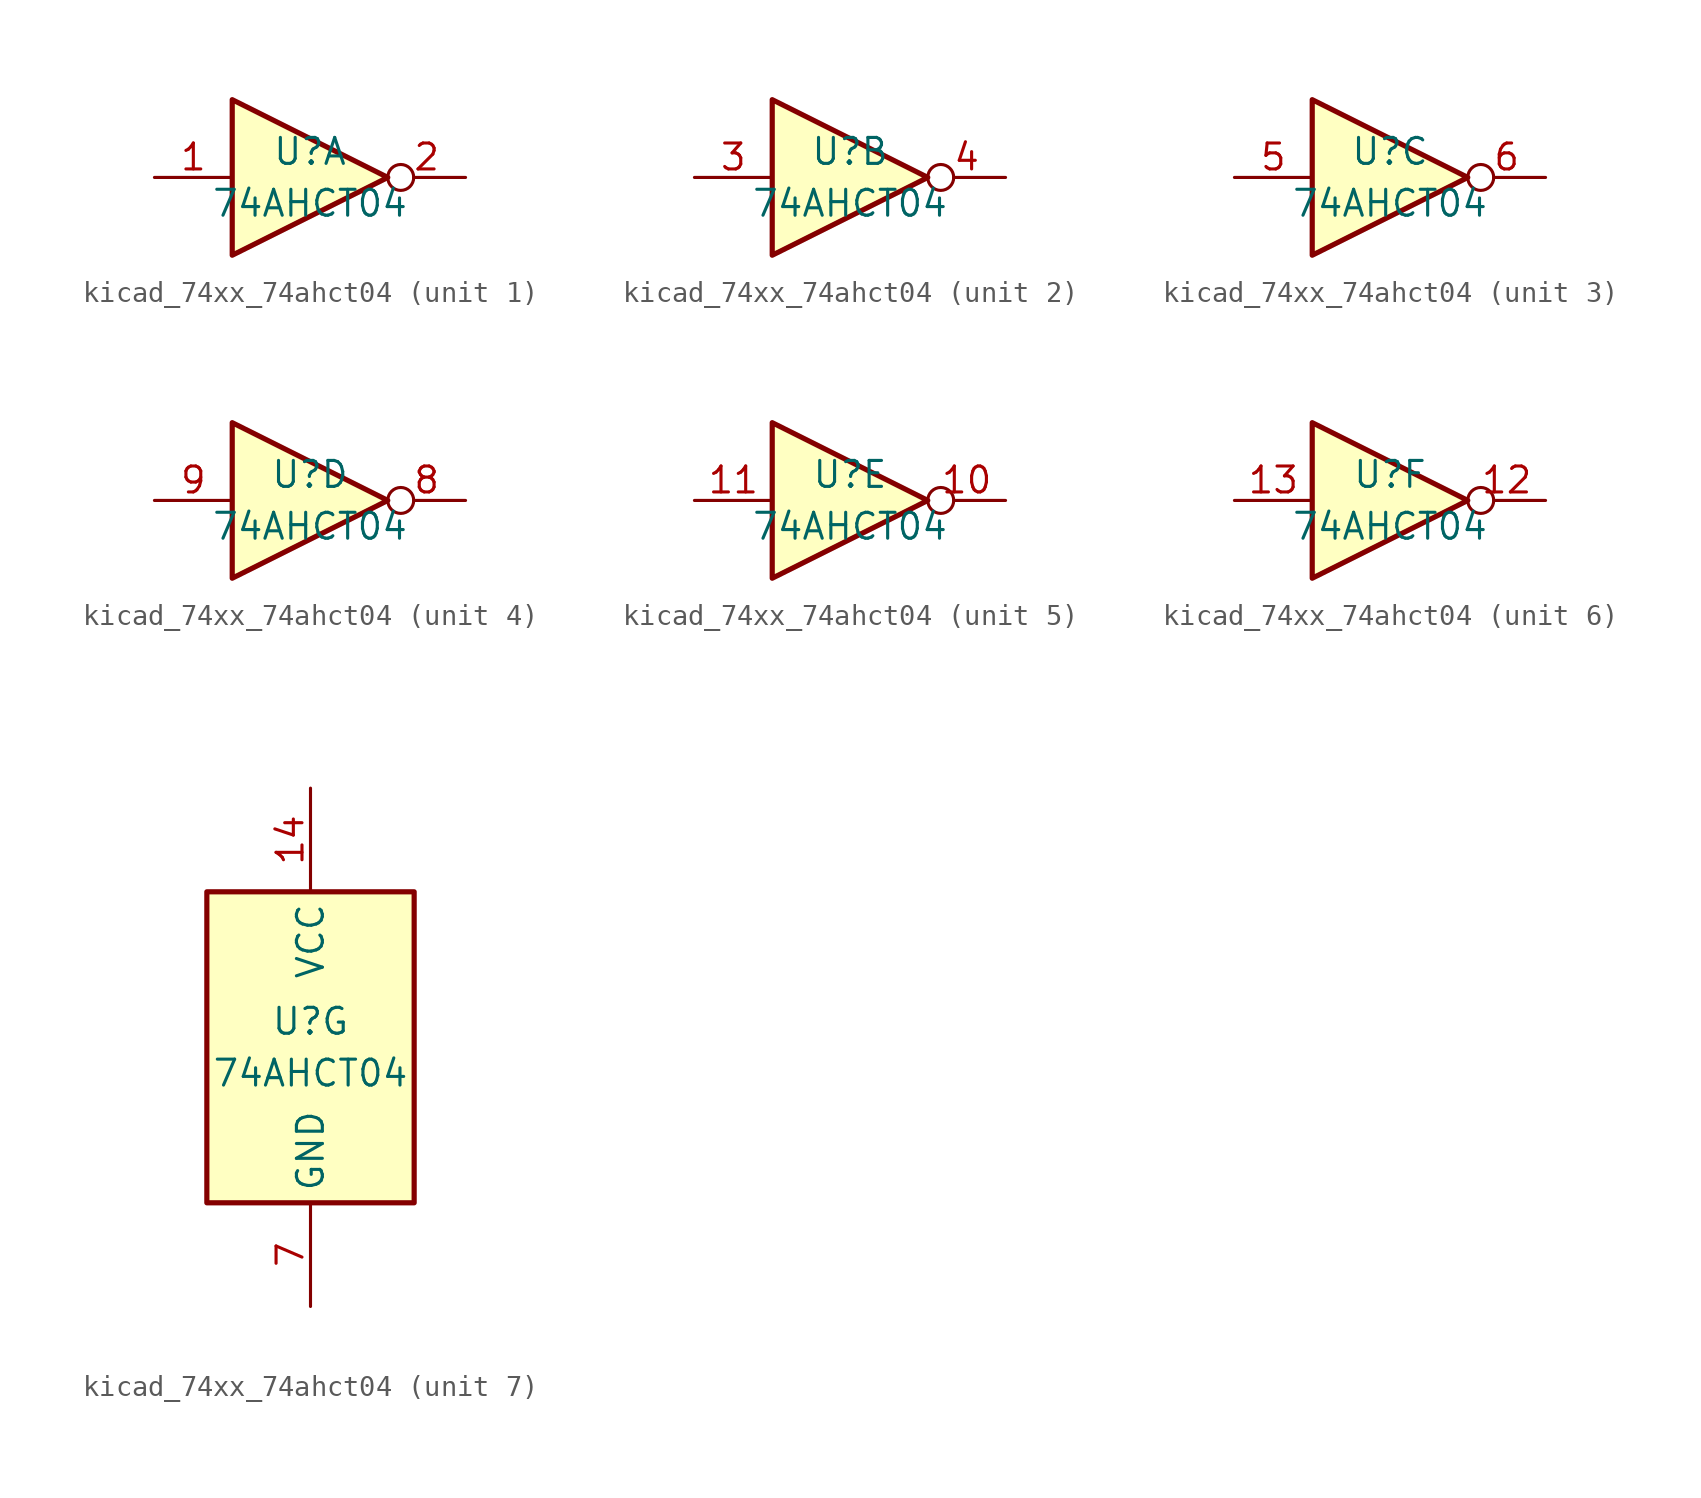
<source format=kicad_sym>
(kicad_symbol_lib
  (version 20220914)
  (generator kicad_symbol_editor)
  (symbol "kicad_74xx_74ahct04"
    (property "Reference" "U"
      (at 0 1.27 0)
      (effects (font (size 1.27 1.27))))
    (property "Value" "74AHCT04"
      (at 0 -1.27 0)
      (effects (font (size 1.27 1.27))))
    (property "ki_locked" ""
      (at 0 0 0)
      (effects (font (size 1.27 1.27))))
    (symbol "kicad_74xx_74ahct04_1_0"
      (polyline (pts (xy -3.81 3.81) (xy -3.81 -3.81) (xy 3.81 0) (xy -3.81 3.81)) (stroke (width 0.254) (type default)) (fill (type background)))
      (pin input line (at -7.62 0 0) (length 3.81) (name "~" (effects (font (size 1.27 1.27)))) (number "1" (effects (font (size 1.27 1.27)))))
      (pin output inverted (at 7.62 0 180) (length 3.81) (name "~" (effects (font (size 1.27 1.27)))) (number "2" (effects (font (size 1.27 1.27))))))
    (symbol "kicad_74xx_74ahct04_2_0"
      (polyline (pts (xy -3.81 3.81) (xy -3.81 -3.81) (xy 3.81 0) (xy -3.81 3.81)) (stroke (width 0.254) (type default)) (fill (type background)))
      (pin input line (at -7.62 0 0) (length 3.81) (name "~" (effects (font (size 1.27 1.27)))) (number "3" (effects (font (size 1.27 1.27)))))
      (pin output inverted (at 7.62 0 180) (length 3.81) (name "~" (effects (font (size 1.27 1.27)))) (number "4" (effects (font (size 1.27 1.27))))))
    (symbol "kicad_74xx_74ahct04_3_0"
      (polyline (pts (xy -3.81 3.81) (xy -3.81 -3.81) (xy 3.81 0) (xy -3.81 3.81)) (stroke (width 0.254) (type default)) (fill (type background)))
      (pin input line (at -7.62 0 0) (length 3.81) (name "~" (effects (font (size 1.27 1.27)))) (number "5" (effects (font (size 1.27 1.27)))))
      (pin output inverted (at 7.62 0 180) (length 3.81) (name "~" (effects (font (size 1.27 1.27)))) (number "6" (effects (font (size 1.27 1.27))))))
    (symbol "kicad_74xx_74ahct04_4_0"
      (polyline (pts (xy -3.81 3.81) (xy -3.81 -3.81) (xy 3.81 0) (xy -3.81 3.81)) (stroke (width 0.254) (type default)) (fill (type background)))
      (pin output inverted (at 7.62 0 180) (length 3.81) (name "~" (effects (font (size 1.27 1.27)))) (number "8" (effects (font (size 1.27 1.27)))))
      (pin input line (at -7.62 0 0) (length 3.81) (name "~" (effects (font (size 1.27 1.27)))) (number "9" (effects (font (size 1.27 1.27))))))
    (symbol "kicad_74xx_74ahct04_5_0"
      (polyline (pts (xy -3.81 3.81) (xy -3.81 -3.81) (xy 3.81 0) (xy -3.81 3.81)) (stroke (width 0.254) (type default)) (fill (type background)))
      (pin output inverted (at 7.62 0 180) (length 3.81) (name "~" (effects (font (size 1.27 1.27)))) (number "10" (effects (font (size 1.27 1.27)))))
      (pin input line (at -7.62 0 0) (length 3.81) (name "~" (effects (font (size 1.27 1.27)))) (number "11" (effects (font (size 1.27 1.27))))))
    (symbol "kicad_74xx_74ahct04_6_0"
      (polyline (pts (xy -3.81 3.81) (xy -3.81 -3.81) (xy 3.81 0) (xy -3.81 3.81)) (stroke (width 0.254) (type default)) (fill (type background)))
      (pin output inverted (at 7.62 0 180) (length 3.81) (name "~" (effects (font (size 1.27 1.27)))) (number "12" (effects (font (size 1.27 1.27)))))
      (pin input line (at -7.62 0 0) (length 3.81) (name "~" (effects (font (size 1.27 1.27)))) (number "13" (effects (font (size 1.27 1.27))))))
    (symbol "kicad_74xx_74ahct04_7_0"
      (pin power_in line (at 0 12.7 270) (length 5.08) (name "VCC" (effects (font (size 1.27 1.27)))) (number "14" (effects (font (size 1.27 1.27)))))
      (pin power_in line (at 0 -12.7 90) (length 5.08) (name "GND" (effects (font (size 1.27 1.27)))) (number "7" (effects (font (size 1.27 1.27))))))
    (symbol "kicad_74xx_74ahct04_7_1"
      (rectangle (start -5.08 7.62) (end 5.08 -7.62) (stroke (width 0.254) (type default)) (fill (type background))))))
</source>
